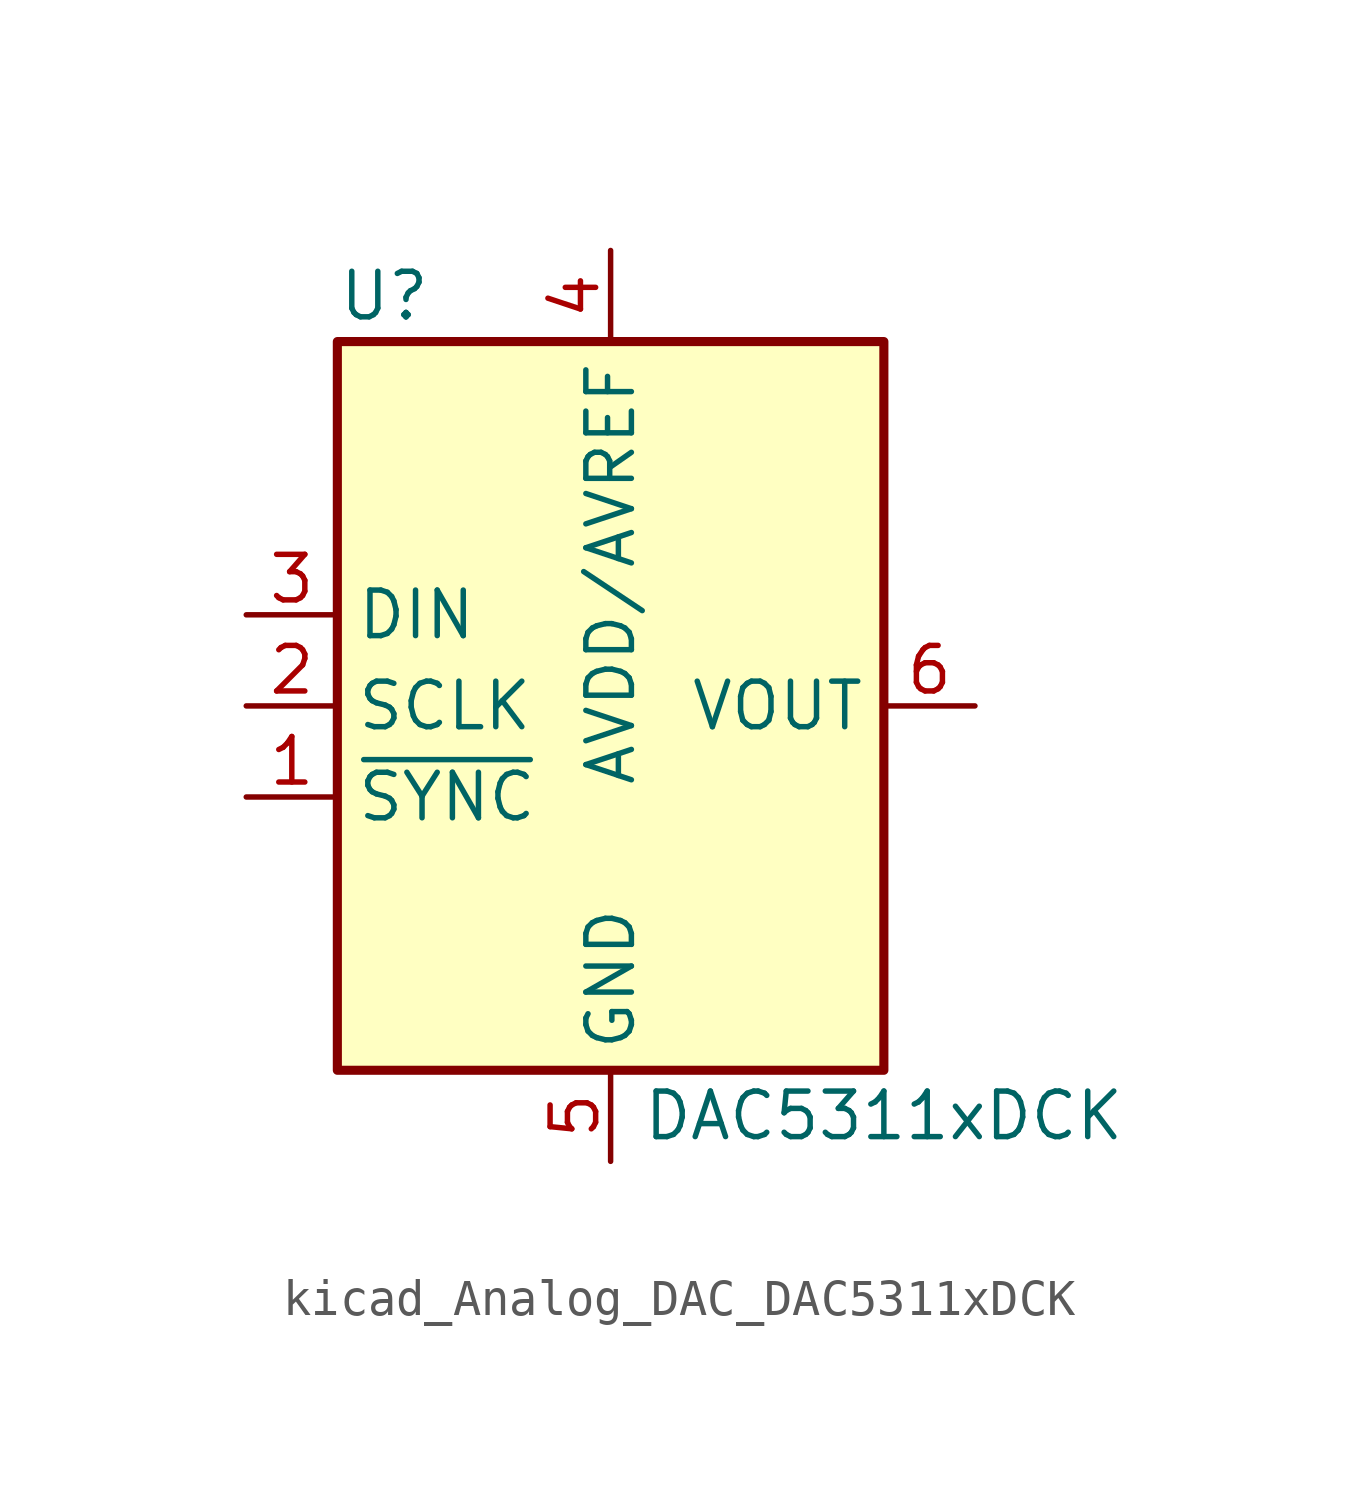
<source format=kicad_sym>
(kicad_symbol_lib
  (version 20220914)
  (generator kicad_symbol_editor)
  (symbol "kicad_Analog_DAC_DAC5311xDCK"
    (property "Reference" "U"
      (at -7.62 11.43 0)
      (effects (font (size 1.27 1.27)) (justify left)))
    (property "Value" "DAC5311xDCK"
      (at 7.62 -11.43 0)
      (effects (font (size 1.27 1.27))))
    (symbol "kicad_Analog_DAC_DAC5311xDCK_0_1"
      (rectangle (start -7.62 10.16) (end 7.62 -10.16) (stroke (width 0.254) (type default)) (fill (type background))))
    (symbol "kicad_Analog_DAC_DAC5311xDCK_1_1"
      (pin input line (at -10.16 -2.54 0) (length 2.54) (name "~{SYNC}" (effects (font (size 1.27 1.27)))) (number "1" (effects (font (size 1.27 1.27)))))
      (pin input line (at -10.16 0 0) (length 2.54) (name "SCLK" (effects (font (size 1.27 1.27)))) (number "2" (effects (font (size 1.27 1.27)))))
      (pin input line (at -10.16 2.54 0) (length 2.54) (name "DIN" (effects (font (size 1.27 1.27)))) (number "3" (effects (font (size 1.27 1.27)))))
      (pin power_in line (at 0 12.7 270) (length 2.54) (name "AVDD/AVREF" (effects (font (size 1.27 1.27)))) (number "4" (effects (font (size 1.27 1.27)))))
      (pin power_in line (at 0 -12.7 90) (length 2.54) (name "GND" (effects (font (size 1.27 1.27)))) (number "5" (effects (font (size 1.27 1.27)))))
      (pin output line (at 10.16 0 180) (length 2.54) (name "VOUT" (effects (font (size 1.27 1.27)))) (number "6" (effects (font (size 1.27 1.27))))))))
</source>
